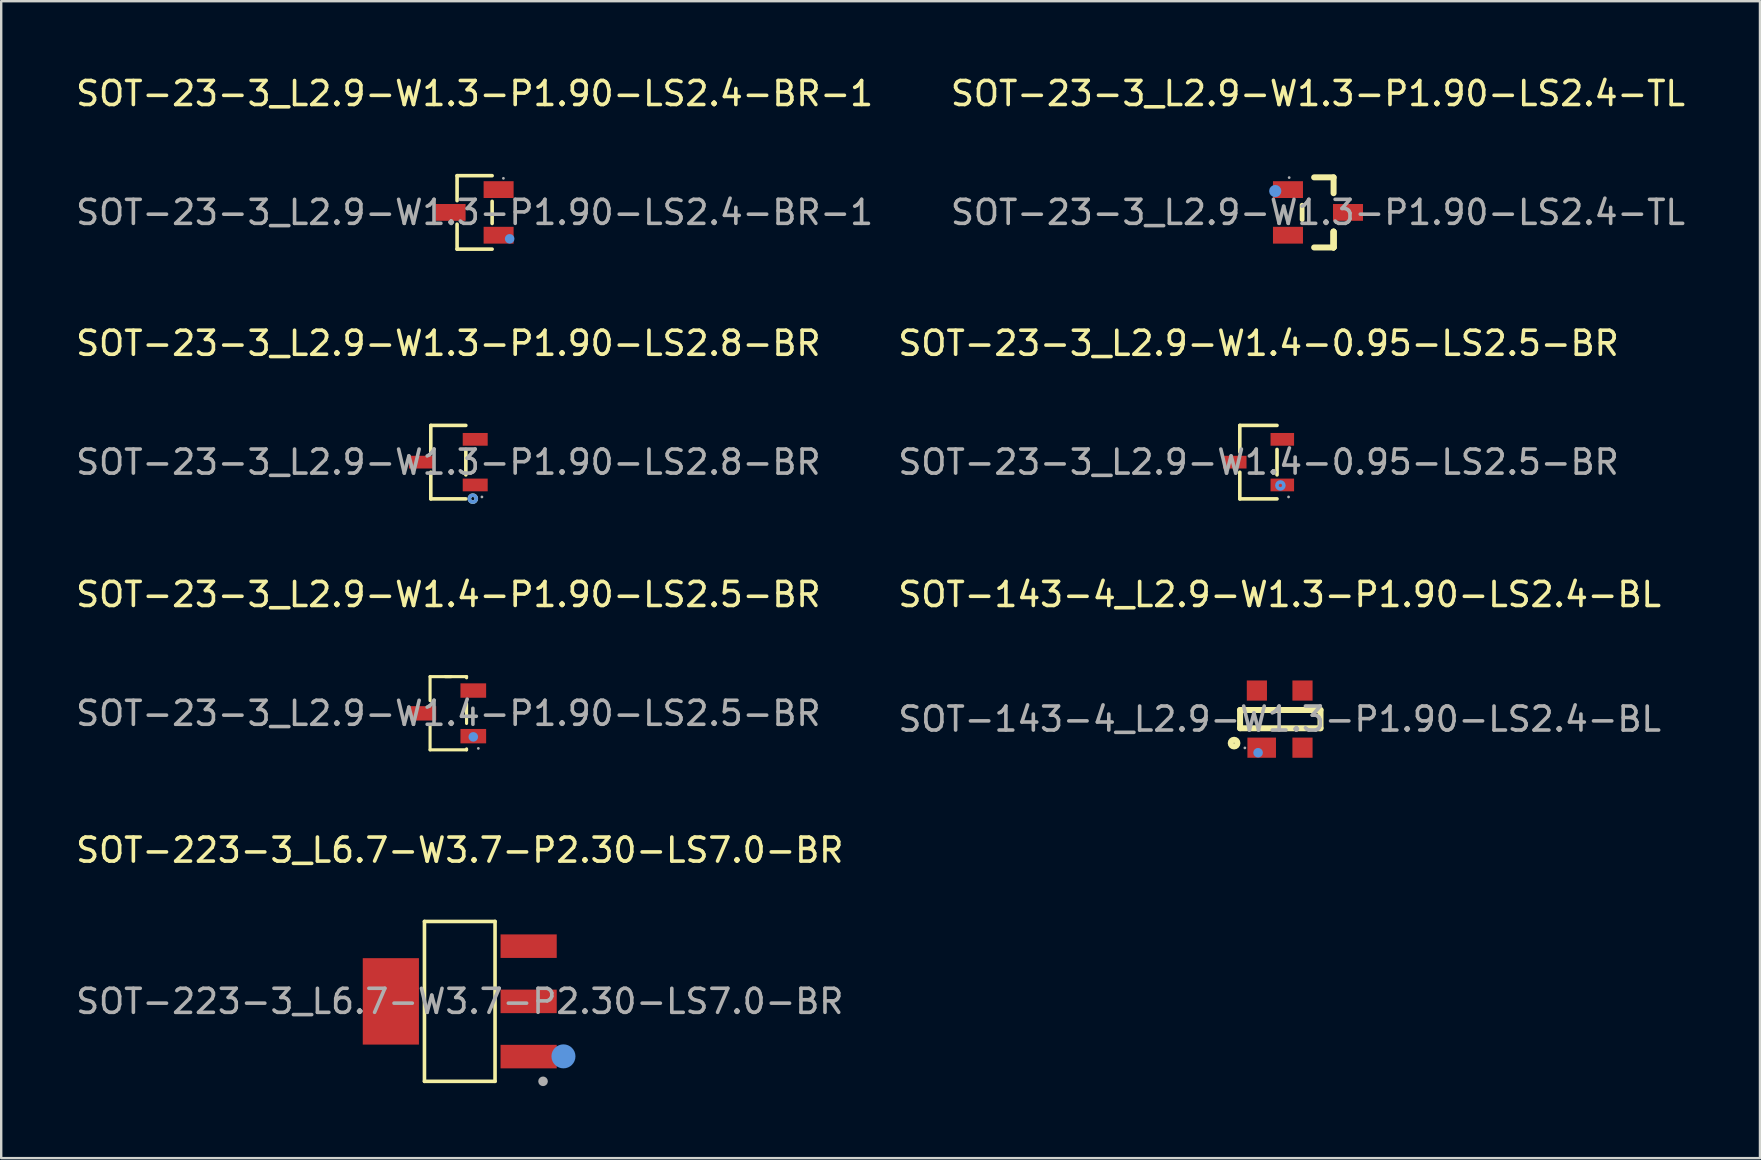
<source format=kicad_pcb>
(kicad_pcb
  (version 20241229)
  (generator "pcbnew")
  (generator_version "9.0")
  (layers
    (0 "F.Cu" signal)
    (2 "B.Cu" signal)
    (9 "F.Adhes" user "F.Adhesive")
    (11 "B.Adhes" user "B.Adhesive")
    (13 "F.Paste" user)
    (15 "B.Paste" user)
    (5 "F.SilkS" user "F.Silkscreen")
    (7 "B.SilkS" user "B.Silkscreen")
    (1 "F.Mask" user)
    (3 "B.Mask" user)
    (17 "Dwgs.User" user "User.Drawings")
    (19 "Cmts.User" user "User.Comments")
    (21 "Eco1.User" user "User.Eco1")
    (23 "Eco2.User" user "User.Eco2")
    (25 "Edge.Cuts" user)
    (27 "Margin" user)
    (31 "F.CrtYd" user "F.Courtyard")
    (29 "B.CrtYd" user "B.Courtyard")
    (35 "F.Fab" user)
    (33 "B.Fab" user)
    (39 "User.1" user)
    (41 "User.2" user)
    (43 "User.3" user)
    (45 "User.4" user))
  (footprint "SOT-23-3_L2.9-W1.3-P1.90-LS2.8-BR"
    (layer "F.Cu")
    (at 15.625 16.201)
    (property "Reference" "SOT-23-3_L2.9-W1.3-P1.90-LS2.8-BR" (at 0 -4.95 0) (layer "F.SilkS") (effects (font (size 1 1) (thickness 0.15))))
    (attr smd)
    (fp_line (start -0.73 -1.53) (end -0.73 -0.42) (stroke (width 0.15) (type solid)) (layer "F.SilkS"))
    (fp_line (start -0.73 1.53) (end -0.73 0.42) (stroke (width 0.15) (type solid)) (layer "F.SilkS"))
    (fp_line (start 0.73 -1.53) (end -0.73 -1.53) (stroke (width 0.15) (type solid)) (layer "F.SilkS"))
    (fp_line (start 0.73 0.53) (end 0.73 -0.53) (stroke (width 0.15) (type solid)) (layer "F.SilkS"))
    (fp_line (start 0.73 1.53) (end -0.73 1.53) (stroke (width 0.15) (type solid)) (layer "F.SilkS"))
    (fp_circle (center 1.02 1.52) (end 1.09 1.52) (stroke (width 0.15) (type solid)) (fill no) (layer "F.SilkS"))
    (fp_circle (center 1.02 1.52) (end 1.09 1.52) (stroke (width 0.15) (type solid)) (fill no) (layer "Cmts.User"))
    (fp_circle (center 1.4 1.45) (end 1.43 1.45) (stroke (width 0.06) (type solid)) (fill no) (layer "F.Fab"))
    (fp_text user "${REFERENCE}" (at 0 0 0) (layer "F.Fab") (effects (font (size 1 1) (thickness 0.15))))
    (pad "1" smd rect (at 1.12 0.95 90) (size 0.53 1.04) (layers "F.Cu" "F.Mask" "F.Paste"))
    (pad "2" smd rect (at 1.12 -0.95 90) (size 0.53 1.04) (layers "F.Cu" "F.Mask" "F.Paste"))
    (pad "3" smd rect (at -1.12 0 90) (size 0.53 1.04) (layers "F.Cu" "F.Mask" "F.Paste")))
  (footprint "SOT-223-3_L6.7-W3.7-P2.30-LS7.0-BR"
    (layer "F.Cu")
    (at 16.101 38.663)
    (property "Reference" "SOT-223-3_L6.7-W3.7-P2.30-LS7.0-BR" (at 0 -6.3 0) (layer "F.SilkS") (effects (font (size 1 1) (thickness 0.15))))
    (attr smd)
    (fp_line (start -1.47 -3.33) (end 1.47 -3.33) (stroke (width 0.15) (type solid)) (layer "F.SilkS"))
    (fp_line (start -1.47 3.33) (end -1.47 -3.33) (stroke (width 0.15) (type solid)) (layer "F.SilkS"))
    (fp_line (start 1.47 -3.33) (end 1.47 3.33) (stroke (width 0.15) (type solid)) (layer "F.SilkS"))
    (fp_line (start 1.47 3.33) (end -1.47 3.33) (stroke (width 0.15) (type solid)) (layer "F.SilkS"))
    (fp_circle (center 4.32 2.29) (end 4.57 2.29) (stroke (width 0.5) (type solid)) (fill no) (layer "Cmts.User"))
    (fp_circle (center 3.47 3.33) (end 3.57 3.33) (stroke (width 0.2) (type solid)) (fill no) (layer "F.Fab"))
    (fp_text user "${REFERENCE}" (at 0 0 0) (layer "F.Fab") (effects (font (size 1 1) (thickness 0.15))))
    (pad "1" smd rect (at 2.87 2.3) (size 2.34 0.98) (layers "F.Cu" "F.Mask" "F.Paste"))
    (pad "2" smd rect (at 2.87 0) (size 2.34 0.98) (layers "F.Cu" "F.Mask" "F.Paste"))
    (pad "3" smd rect (at 2.87 -2.3) (size 2.34 0.98) (layers "F.Cu" "F.Mask" "F.Paste"))
    (pad "4" smd rect (at -2.87 0) (size 2.34 3.6) (layers "F.Cu" "F.Mask" "F.Paste")))
  (footprint "SOT-23-3_L2.9-W1.4-0.95-LS2.5-BR"
    (layer "F.Cu")
    (at 49.375 16.201)
    (property "Reference" "SOT-23-3_L2.9-W1.4-0.95-LS2.5-BR" (at 0 -4.95 0) (layer "F.SilkS") (effects (font (size 1 1) (thickness 0.15))))
    (attr smd)
    (fp_line (start -0.78 -1.53) (end -0.78 -0.42) (stroke (width 0.15) (type solid)) (layer "F.SilkS"))
    (fp_line (start -0.78 1.53) (end -0.78 0.42) (stroke (width 0.15) (type solid)) (layer "F.SilkS"))
    (fp_line (start 0.77 -1.53) (end -0.78 -1.53) (stroke (width 0.15) (type solid)) (layer "F.SilkS"))
    (fp_line (start 0.77 0.53) (end 0.77 -0.53) (stroke (width 0.15) (type solid)) (layer "F.SilkS"))
    (fp_line (start 0.77 1.53) (end -0.78 1.53) (stroke (width 0.15) (type solid)) (layer "F.SilkS"))
    (fp_circle (center 0.91 0.97) (end 0.98 0.97) (stroke (width 0.15) (type solid)) (fill no) (layer "Cmts.User"))
    (fp_circle (center 1.25 1.45) (end 1.28 1.45) (stroke (width 0.06) (type solid)) (fill no) (layer "F.Fab"))
    (fp_text user "${REFERENCE}" (at 0 0 0) (layer "F.Fab") (effects (font (size 1 1) (thickness 0.15))))
    (pad "1" smd rect (at 0.99 0.95 90) (size 0.53 0.98) (layers "F.Cu" "F.Mask" "F.Paste"))
    (pad "2" smd rect (at 0.99 -0.95 90) (size 0.53 0.98) (layers "F.Cu" "F.Mask" "F.Paste"))
    (pad "3" smd rect (at -0.99 0 90) (size 0.53 0.98) (layers "F.Cu" "F.Mask" "F.Paste")))
  (footprint "SOT-23-3_L2.9-W1.4-P1.90-LS2.5-BR"
    (layer "F.Cu")
    (at 15.625 26.665)
    (property "Reference" "SOT-23-3_L2.9-W1.4-P1.90-LS2.5-BR" (at 0 -4.95 0) (layer "F.SilkS") (effects (font (size 1 1) (thickness 0.15))))
    (attr smd)
    (fp_line (start -0.76 -1.53) (end 0.12 -1.53) (stroke (width 0.13) (type solid)) (layer "F.SilkS"))
    (fp_line (start -0.76 -0.53) (end -0.76 -1.53) (stroke (width 0.13) (type solid)) (layer "F.SilkS"))
    (fp_line (start -0.76 1.52) (end -0.76 0.53) (stroke (width 0.13) (type solid)) (layer "F.SilkS"))
    (fp_line (start -0.13 -1.53) (end 0.76 -1.53) (stroke (width 0.13) (type solid)) (layer "F.SilkS"))
    (fp_line (start 0.76 -1.53) (end 0.76 -1.48) (stroke (width 0.13) (type solid)) (layer "F.SilkS"))
    (fp_line (start 0.76 -0.42) (end 0.76 0.42) (stroke (width 0.13) (type solid)) (layer "F.SilkS"))
    (fp_line (start 0.76 1.48) (end 0.76 1.52) (stroke (width 0.13) (type solid)) (layer "F.SilkS"))
    (fp_line (start 0.76 1.52) (end -0.76 1.52) (stroke (width 0.13) (type solid)) (layer "F.SilkS"))
    (fp_circle (center 1.04 0.98) (end 1.14 0.98) (stroke (width 0.2) (type solid)) (fill no) (layer "Cmts.User"))
    (fp_circle (center 1.25 1.46) (end 1.28 1.46) (stroke (width 0.06) (type solid)) (fill no) (layer "F.Fab"))
    (fp_text user "${REFERENCE}" (at 0 0 0) (layer "F.Fab") (effects (font (size 1 1) (thickness 0.15))))
    (pad "1" smd rect (at 1.04 0.95) (size 1.07 0.6) (layers "F.Cu" "F.Mask" "F.Paste"))
    (pad "2" smd rect (at 1.04 -0.95) (size 1.07 0.6) (layers "F.Cu" "F.Mask" "F.Paste"))
    (pad "3" smd rect (at -1.04 0) (size 1.07 0.6) (layers "F.Cu" "F.Mask" "F.Paste")))
  (footprint "SOT-23-3_L2.9-W1.3-P1.90-LS2.4-TL"
    (layer "F.Cu")
    (at 51.851 5.798)
    (property "Reference" "SOT-23-3_L2.9-W1.3-P1.90-LS2.4-TL" (at 0 -4.95 0) (layer "F.SilkS") (effects (font (size 1 1) (thickness 0.15))))
    (attr smd)
    (fp_line (start -0.66 -0.3) (end -0.66 0.3) (stroke (width 0.2) (type solid)) (layer "F.SilkS"))
    (fp_line (start -0.16 -1.46) (end 0.65 -1.46) (stroke (width 0.25) (type solid)) (layer "F.SilkS"))
    (fp_line (start 0.65 -1.46) (end 0.65 -0.8) (stroke (width 0.25) (type solid)) (layer "F.SilkS"))
    (fp_line (start 0.65 0.8) (end 0.65 1.46) (stroke (width 0.25) (type solid)) (layer "F.SilkS"))
    (fp_line (start 0.65 0.8) (end 0.65 1.46) (stroke (width 0.25) (type solid)) (layer "F.SilkS"))
    (fp_line (start 0.65 1.46) (end -0.16 1.46) (stroke (width 0.25) (type solid)) (layer "F.SilkS"))
    (fp_line (start 0.65 1.46) (end 0.65 0.8) (stroke (width 0.25) (type solid)) (layer "F.SilkS"))
    (fp_circle (center -1.78 -0.89) (end -1.65 -0.89) (stroke (width 0.25) (type solid)) (fill no) (layer "Cmts.User"))
    (fp_circle (center -1.2 -1.45) (end -1.17 -1.45) (stroke (width 0.06) (type solid)) (fill no) (layer "F.Fab"))
    (fp_text user "${REFERENCE}" (at 0 0 0) (layer "F.Fab") (effects (font (size 1 1) (thickness 0.15))))
    (pad "1" smd rect (at -1.25 -0.95 90) (size 0.7 1.25) (layers "F.Cu" "F.Mask" "F.Paste"))
    (pad "2" smd rect (at -1.25 0.95 90) (size 0.7 1.25) (layers "F.Cu" "F.Mask" "F.Paste"))
    (pad "3" smd rect (at 1.25 0 90) (size 0.7 1.25) (layers "F.Cu" "F.Mask" "F.Paste")))
  (footprint "SOT-143-4_L2.9-W1.3-P1.90-LS2.4-BL"
    (layer "F.Cu")
    (at 50.256 26.905)
    (property "Reference" "SOT-143-4_L2.9-W1.3-P1.90-LS2.4-BL" (at 0 -5.19 0) (layer "F.SilkS") (effects (font (size 1 1) (thickness 0.15))))
    (attr smd)
    (fp_line (start -1.65 -0.38) (end -1.65 0.38) (stroke (width 0.25) (type solid)) (layer "F.SilkS"))
    (fp_line (start -1.65 -0.38) (end 1.7 -0.38) (stroke (width 0.25) (type solid)) (layer "F.SilkS"))
    (fp_line (start -1.65 0.38) (end 1.7 0.38) (stroke (width 0.25) (type solid)) (layer "F.SilkS"))
    (fp_line (start 1.7 -0.38) (end 1.7 0.38) (stroke (width 0.25) (type solid)) (layer "F.SilkS"))
    (fp_circle (center -1.9 1) (end -1.76 1) (stroke (width 0.25) (type solid)) (fill no) (layer "F.SilkS"))
    (fp_circle (center -0.9 1.4) (end -0.8 1.4) (stroke (width 0.2) (type solid)) (fill no) (layer "Cmts.User"))
    (fp_circle (center -1.45 1.2) (end -1.42 1.2) (stroke (width 0.06) (type solid)) (fill no) (layer "F.Fab"))
    (fp_text user "${REFERENCE}" (at 0 0 0) (layer "F.Fab") (effects (font (size 1 1) (thickness 0.15))))
    (pad "1" smd rect (at -0.75 1.19) (size 1.19 0.84) (layers "F.Cu" "F.Mask" "F.Paste"))
    (pad "2" smd rect (at 0.95 1.19) (size 0.84 0.84) (layers "F.Cu" "F.Mask" "F.Paste"))
    (pad "3" smd rect (at 0.95 -1.19) (size 0.84 0.84) (layers "F.Cu" "F.Mask" "F.Paste"))
    (pad "4" smd rect (at -0.95 -1.19) (size 0.84 0.84) (layers "F.Cu" "F.Mask" "F.Paste")))
  (footprint "SOT-23-3_L2.9-W1.3-P1.90-LS2.4-BR-1"
    (layer "F.Cu")
    (at 16.72 5.798)
    (property "Reference" "SOT-23-3_L2.9-W1.3-P1.90-LS2.4-BR-1" (at 0 -4.95 0) (layer "F.SilkS") (effects (font (size 1 1) (thickness 0.15))))
    (attr smd)
    (fp_line (start -0.73 -1.53) (end -0.73 -0.49) (stroke (width 0.15) (type solid)) (layer "F.SilkS"))
    (fp_line (start -0.73 1.53) (end -0.73 0.49) (stroke (width 0.15) (type solid)) (layer "F.SilkS"))
    (fp_line (start 0.73 -1.53) (end -0.73 -1.53) (stroke (width 0.15) (type solid)) (layer "F.SilkS"))
    (fp_line (start 0.73 -0.46) (end 0.73 0.46) (stroke (width 0.15) (type solid)) (layer "F.SilkS"))
    (fp_line (start 0.73 1.53) (end -0.73 1.53) (stroke (width 0.15) (type solid)) (layer "F.SilkS"))
    (fp_circle (center 1.46 1.1) (end 1.56 1.1) (stroke (width 0.2) (type solid)) (fill no) (layer "Cmts.User"))
    (fp_circle (center 1.2 -1.42) (end 1.23 -1.42) (stroke (width 0.06) (type solid)) (fill no) (layer "F.Fab"))
    (fp_text user "${REFERENCE}" (at 0 0 0) (layer "F.Fab") (effects (font (size 1 1) (thickness 0.15))))
    (pad "1" smd rect (at 1 0.95) (size 1.25 0.7) (layers "F.Cu" "F.Mask" "F.Paste"))
    (pad "2" smd rect (at 1 -0.95) (size 1.25 0.7) (layers "F.Cu" "F.Mask" "F.Paste"))
    (pad "3" smd rect (at -1 0) (size 1.25 0.7) (layers "F.Cu" "F.Mask" "F.Paste")))
  (gr_rect
    (start -3 -3)
    (end 70.262 45.193)
    (stroke (width 0.1) (type default))
    (fill no)
    (layer "Edge.Cuts")))
</source>
